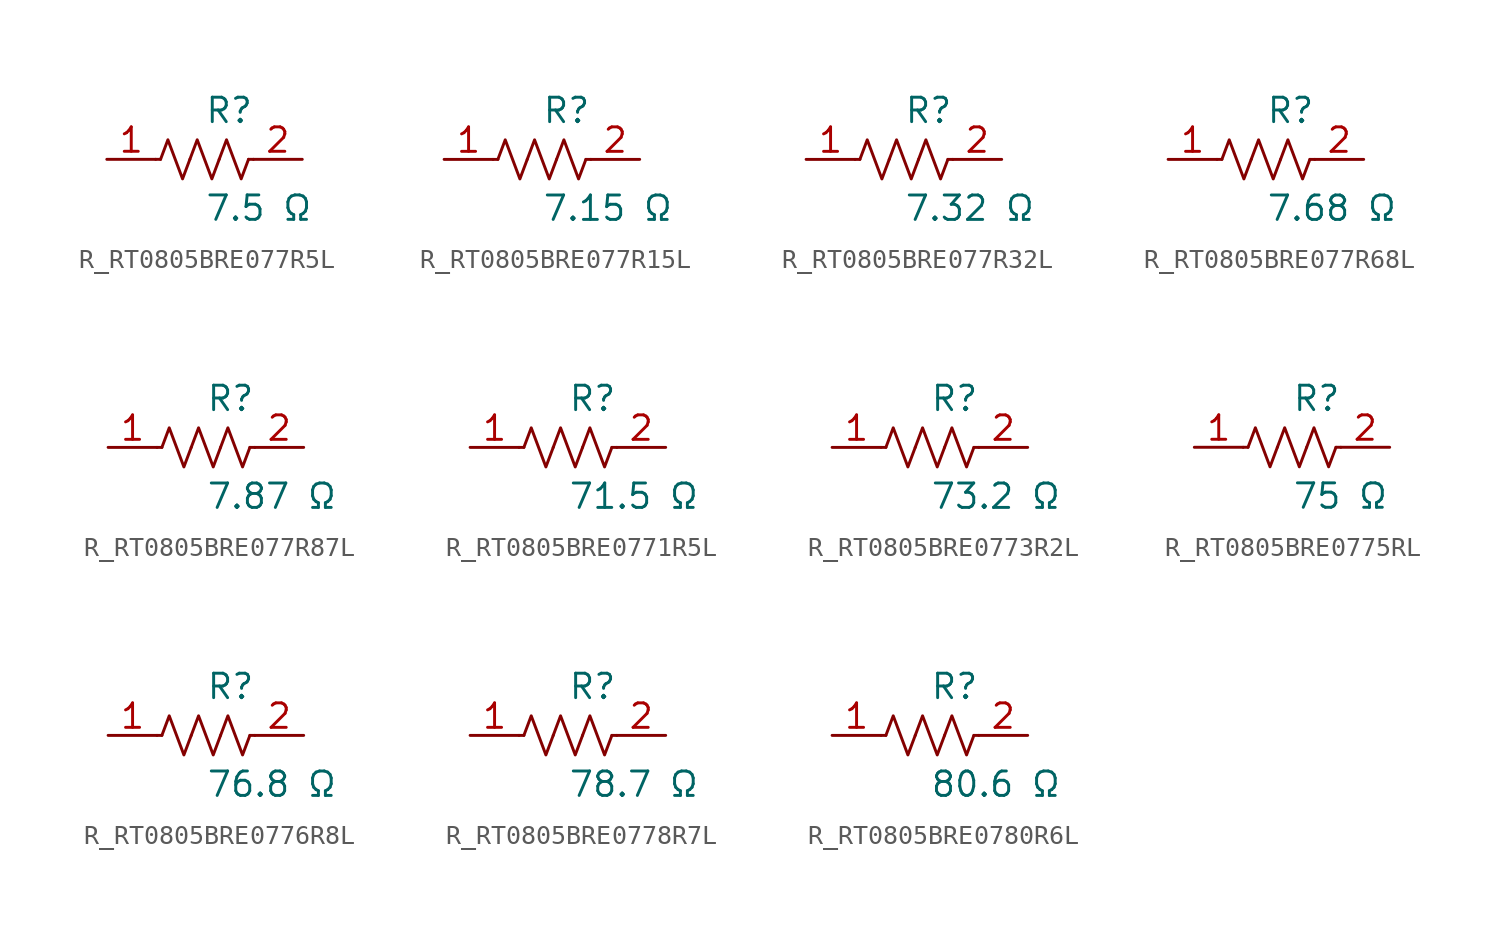
<source format=kicad_sym>
(kicad_symbol_lib
  (version 20231120)
  (generator kicad_symbol_editor)
  (generator_version 8.0)
  (symbol "R_RT0805BRE077R5L"
    (pin_names
      (offset 0.254))
    (property "Reference" "R"
      (at 0.0 2.54 0)
      (effects (font (size 1.27 1.27)) (justify left)))
    (property "Value" "7.5 Ω"
      (at 0.0 -2.54 0)
      (effects (font (size 1.27 1.27)) (justify left)))
    (symbol "R_RT0805BRE077R5L_0_1"
      (polyline (pts (xy 2.286 0) (xy 2.54 0)) (stroke (width 0) (type default)) (fill (type none)))
      (polyline (pts (xy -2.286 0) (xy -2.54 0)) (stroke (width 0) (type default)) (fill (type none)))
      (polyline (pts (xy 0.762 0) (xy 1.143 1.016) (xy 1.524 0) (xy 1.905 -1.016) (xy 2.286 0)) (stroke (width 0) (type default)) (fill (type none)))
      (polyline (pts (xy -0.762 0) (xy -0.381 1.016) (xy 0 0) (xy 0.381 -1.016) (xy 0.762 0)) (stroke (width 0) (type default)) (fill (type none)))
      (polyline (pts (xy -2.286 0) (xy -1.905 1.016) (xy -1.524 0) (xy -1.143 -1.016) (xy -0.762 0)) (stroke (width 0) (type default)) (fill (type none))))
    (pin unspecified line
      (at -5.08 0 0)
      (length 2.54)
      (name "" (effects (font (size 1.27 1.27))))
      (number "1" (effects (font (size 1.27 1.27)))))
    (pin unspecified line
      (at 5.08 0 180)
      (length 2.54)
      (name "" (effects (font (size 1.27 1.27))))
      (number "2" (effects (font (size 1.27 1.27))))))
  (symbol "R_RT0805BRE077R15L"
    (pin_names
      (offset 0.254))
    (property "Reference" "R"
      (at 0.0 2.54 0)
      (effects (font (size 1.27 1.27)) (justify left)))
    (property "Value" "7.15 Ω"
      (at 0.0 -2.54 0)
      (effects (font (size 1.27 1.27)) (justify left)))
    (symbol "R_RT0805BRE077R15L_0_1"
      (polyline (pts (xy 2.286 0) (xy 2.54 0)) (stroke (width 0) (type default)) (fill (type none)))
      (polyline (pts (xy -2.286 0) (xy -2.54 0)) (stroke (width 0) (type default)) (fill (type none)))
      (polyline (pts (xy 0.762 0) (xy 1.143 1.016) (xy 1.524 0) (xy 1.905 -1.016) (xy 2.286 0)) (stroke (width 0) (type default)) (fill (type none)))
      (polyline (pts (xy -0.762 0) (xy -0.381 1.016) (xy 0 0) (xy 0.381 -1.016) (xy 0.762 0)) (stroke (width 0) (type default)) (fill (type none)))
      (polyline (pts (xy -2.286 0) (xy -1.905 1.016) (xy -1.524 0) (xy -1.143 -1.016) (xy -0.762 0)) (stroke (width 0) (type default)) (fill (type none))))
    (pin unspecified line
      (at -5.08 0 0)
      (length 2.54)
      (name "" (effects (font (size 1.27 1.27))))
      (number "1" (effects (font (size 1.27 1.27)))))
    (pin unspecified line
      (at 5.08 0 180)
      (length 2.54)
      (name "" (effects (font (size 1.27 1.27))))
      (number "2" (effects (font (size 1.27 1.27))))))
  (symbol "R_RT0805BRE077R32L"
    (pin_names
      (offset 0.254))
    (property "Reference" "R"
      (at 0.0 2.54 0)
      (effects (font (size 1.27 1.27)) (justify left)))
    (property "Value" "7.32 Ω"
      (at 0.0 -2.54 0)
      (effects (font (size 1.27 1.27)) (justify left)))
    (symbol "R_RT0805BRE077R32L_0_1"
      (polyline (pts (xy 2.286 0) (xy 2.54 0)) (stroke (width 0) (type default)) (fill (type none)))
      (polyline (pts (xy -2.286 0) (xy -2.54 0)) (stroke (width 0) (type default)) (fill (type none)))
      (polyline (pts (xy 0.762 0) (xy 1.143 1.016) (xy 1.524 0) (xy 1.905 -1.016) (xy 2.286 0)) (stroke (width 0) (type default)) (fill (type none)))
      (polyline (pts (xy -0.762 0) (xy -0.381 1.016) (xy 0 0) (xy 0.381 -1.016) (xy 0.762 0)) (stroke (width 0) (type default)) (fill (type none)))
      (polyline (pts (xy -2.286 0) (xy -1.905 1.016) (xy -1.524 0) (xy -1.143 -1.016) (xy -0.762 0)) (stroke (width 0) (type default)) (fill (type none))))
    (pin unspecified line
      (at -5.08 0 0)
      (length 2.54)
      (name "" (effects (font (size 1.27 1.27))))
      (number "1" (effects (font (size 1.27 1.27)))))
    (pin unspecified line
      (at 5.08 0 180)
      (length 2.54)
      (name "" (effects (font (size 1.27 1.27))))
      (number "2" (effects (font (size 1.27 1.27))))))
  (symbol "R_RT0805BRE077R68L"
    (pin_names
      (offset 0.254))
    (property "Reference" "R"
      (at 0.0 2.54 0)
      (effects (font (size 1.27 1.27)) (justify left)))
    (property "Value" "7.68 Ω"
      (at 0.0 -2.54 0)
      (effects (font (size 1.27 1.27)) (justify left)))
    (symbol "R_RT0805BRE077R68L_0_1"
      (polyline (pts (xy 2.286 0) (xy 2.54 0)) (stroke (width 0) (type default)) (fill (type none)))
      (polyline (pts (xy -2.286 0) (xy -2.54 0)) (stroke (width 0) (type default)) (fill (type none)))
      (polyline (pts (xy 0.762 0) (xy 1.143 1.016) (xy 1.524 0) (xy 1.905 -1.016) (xy 2.286 0)) (stroke (width 0) (type default)) (fill (type none)))
      (polyline (pts (xy -0.762 0) (xy -0.381 1.016) (xy 0 0) (xy 0.381 -1.016) (xy 0.762 0)) (stroke (width 0) (type default)) (fill (type none)))
      (polyline (pts (xy -2.286 0) (xy -1.905 1.016) (xy -1.524 0) (xy -1.143 -1.016) (xy -0.762 0)) (stroke (width 0) (type default)) (fill (type none))))
    (pin unspecified line
      (at -5.08 0 0)
      (length 2.54)
      (name "" (effects (font (size 1.27 1.27))))
      (number "1" (effects (font (size 1.27 1.27)))))
    (pin unspecified line
      (at 5.08 0 180)
      (length 2.54)
      (name "" (effects (font (size 1.27 1.27))))
      (number "2" (effects (font (size 1.27 1.27))))))
  (symbol "R_RT0805BRE077R87L"
    (pin_names
      (offset 0.254))
    (property "Reference" "R"
      (at 0.0 2.54 0)
      (effects (font (size 1.27 1.27)) (justify left)))
    (property "Value" "7.87 Ω"
      (at 0.0 -2.54 0)
      (effects (font (size 1.27 1.27)) (justify left)))
    (symbol "R_RT0805BRE077R87L_0_1"
      (polyline (pts (xy 2.286 0) (xy 2.54 0)) (stroke (width 0) (type default)) (fill (type none)))
      (polyline (pts (xy -2.286 0) (xy -2.54 0)) (stroke (width 0) (type default)) (fill (type none)))
      (polyline (pts (xy 0.762 0) (xy 1.143 1.016) (xy 1.524 0) (xy 1.905 -1.016) (xy 2.286 0)) (stroke (width 0) (type default)) (fill (type none)))
      (polyline (pts (xy -0.762 0) (xy -0.381 1.016) (xy 0 0) (xy 0.381 -1.016) (xy 0.762 0)) (stroke (width 0) (type default)) (fill (type none)))
      (polyline (pts (xy -2.286 0) (xy -1.905 1.016) (xy -1.524 0) (xy -1.143 -1.016) (xy -0.762 0)) (stroke (width 0) (type default)) (fill (type none))))
    (pin unspecified line
      (at -5.08 0 0)
      (length 2.54)
      (name "" (effects (font (size 1.27 1.27))))
      (number "1" (effects (font (size 1.27 1.27)))))
    (pin unspecified line
      (at 5.08 0 180)
      (length 2.54)
      (name "" (effects (font (size 1.27 1.27))))
      (number "2" (effects (font (size 1.27 1.27))))))
  (symbol "R_RT0805BRE0771R5L"
    (pin_names
      (offset 0.254))
    (property "Reference" "R"
      (at 0.0 2.54 0)
      (effects (font (size 1.27 1.27)) (justify left)))
    (property "Value" "71.5 Ω"
      (at 0.0 -2.54 0)
      (effects (font (size 1.27 1.27)) (justify left)))
    (symbol "R_RT0805BRE0771R5L_0_1"
      (polyline (pts (xy 2.286 0) (xy 2.54 0)) (stroke (width 0) (type default)) (fill (type none)))
      (polyline (pts (xy -2.286 0) (xy -2.54 0)) (stroke (width 0) (type default)) (fill (type none)))
      (polyline (pts (xy 0.762 0) (xy 1.143 1.016) (xy 1.524 0) (xy 1.905 -1.016) (xy 2.286 0)) (stroke (width 0) (type default)) (fill (type none)))
      (polyline (pts (xy -0.762 0) (xy -0.381 1.016) (xy 0 0) (xy 0.381 -1.016) (xy 0.762 0)) (stroke (width 0) (type default)) (fill (type none)))
      (polyline (pts (xy -2.286 0) (xy -1.905 1.016) (xy -1.524 0) (xy -1.143 -1.016) (xy -0.762 0)) (stroke (width 0) (type default)) (fill (type none))))
    (pin unspecified line
      (at -5.08 0 0)
      (length 2.54)
      (name "" (effects (font (size 1.27 1.27))))
      (number "1" (effects (font (size 1.27 1.27)))))
    (pin unspecified line
      (at 5.08 0 180)
      (length 2.54)
      (name "" (effects (font (size 1.27 1.27))))
      (number "2" (effects (font (size 1.27 1.27))))))
  (symbol "R_RT0805BRE0773R2L"
    (pin_names
      (offset 0.254))
    (property "Reference" "R"
      (at 0.0 2.54 0)
      (effects (font (size 1.27 1.27)) (justify left)))
    (property "Value" "73.2 Ω"
      (at 0.0 -2.54 0)
      (effects (font (size 1.27 1.27)) (justify left)))
    (symbol "R_RT0805BRE0773R2L_0_1"
      (polyline (pts (xy 2.286 0) (xy 2.54 0)) (stroke (width 0) (type default)) (fill (type none)))
      (polyline (pts (xy -2.286 0) (xy -2.54 0)) (stroke (width 0) (type default)) (fill (type none)))
      (polyline (pts (xy 0.762 0) (xy 1.143 1.016) (xy 1.524 0) (xy 1.905 -1.016) (xy 2.286 0)) (stroke (width 0) (type default)) (fill (type none)))
      (polyline (pts (xy -0.762 0) (xy -0.381 1.016) (xy 0 0) (xy 0.381 -1.016) (xy 0.762 0)) (stroke (width 0) (type default)) (fill (type none)))
      (polyline (pts (xy -2.286 0) (xy -1.905 1.016) (xy -1.524 0) (xy -1.143 -1.016) (xy -0.762 0)) (stroke (width 0) (type default)) (fill (type none))))
    (pin unspecified line
      (at -5.08 0 0)
      (length 2.54)
      (name "" (effects (font (size 1.27 1.27))))
      (number "1" (effects (font (size 1.27 1.27)))))
    (pin unspecified line
      (at 5.08 0 180)
      (length 2.54)
      (name "" (effects (font (size 1.27 1.27))))
      (number "2" (effects (font (size 1.27 1.27))))))
  (symbol "R_RT0805BRE0775RL"
    (pin_names
      (offset 0.254))
    (property "Reference" "R"
      (at 0.0 2.54 0)
      (effects (font (size 1.27 1.27)) (justify left)))
    (property "Value" "75 Ω"
      (at 0.0 -2.54 0)
      (effects (font (size 1.27 1.27)) (justify left)))
    (symbol "R_RT0805BRE0775RL_0_1"
      (polyline (pts (xy 2.286 0) (xy 2.54 0)) (stroke (width 0) (type default)) (fill (type none)))
      (polyline (pts (xy -2.286 0) (xy -2.54 0)) (stroke (width 0) (type default)) (fill (type none)))
      (polyline (pts (xy 0.762 0) (xy 1.143 1.016) (xy 1.524 0) (xy 1.905 -1.016) (xy 2.286 0)) (stroke (width 0) (type default)) (fill (type none)))
      (polyline (pts (xy -0.762 0) (xy -0.381 1.016) (xy 0 0) (xy 0.381 -1.016) (xy 0.762 0)) (stroke (width 0) (type default)) (fill (type none)))
      (polyline (pts (xy -2.286 0) (xy -1.905 1.016) (xy -1.524 0) (xy -1.143 -1.016) (xy -0.762 0)) (stroke (width 0) (type default)) (fill (type none))))
    (pin unspecified line
      (at -5.08 0 0)
      (length 2.54)
      (name "" (effects (font (size 1.27 1.27))))
      (number "1" (effects (font (size 1.27 1.27)))))
    (pin unspecified line
      (at 5.08 0 180)
      (length 2.54)
      (name "" (effects (font (size 1.27 1.27))))
      (number "2" (effects (font (size 1.27 1.27))))))
  (symbol "R_RT0805BRE0776R8L"
    (pin_names
      (offset 0.254))
    (property "Reference" "R"
      (at 0.0 2.54 0)
      (effects (font (size 1.27 1.27)) (justify left)))
    (property "Value" "76.8 Ω"
      (at 0.0 -2.54 0)
      (effects (font (size 1.27 1.27)) (justify left)))
    (symbol "R_RT0805BRE0776R8L_0_1"
      (polyline (pts (xy 2.286 0) (xy 2.54 0)) (stroke (width 0) (type default)) (fill (type none)))
      (polyline (pts (xy -2.286 0) (xy -2.54 0)) (stroke (width 0) (type default)) (fill (type none)))
      (polyline (pts (xy 0.762 0) (xy 1.143 1.016) (xy 1.524 0) (xy 1.905 -1.016) (xy 2.286 0)) (stroke (width 0) (type default)) (fill (type none)))
      (polyline (pts (xy -0.762 0) (xy -0.381 1.016) (xy 0 0) (xy 0.381 -1.016) (xy 0.762 0)) (stroke (width 0) (type default)) (fill (type none)))
      (polyline (pts (xy -2.286 0) (xy -1.905 1.016) (xy -1.524 0) (xy -1.143 -1.016) (xy -0.762 0)) (stroke (width 0) (type default)) (fill (type none))))
    (pin unspecified line
      (at -5.08 0 0)
      (length 2.54)
      (name "" (effects (font (size 1.27 1.27))))
      (number "1" (effects (font (size 1.27 1.27)))))
    (pin unspecified line
      (at 5.08 0 180)
      (length 2.54)
      (name "" (effects (font (size 1.27 1.27))))
      (number "2" (effects (font (size 1.27 1.27))))))
  (symbol "R_RT0805BRE0778R7L"
    (pin_names
      (offset 0.254))
    (property "Reference" "R"
      (at 0.0 2.54 0)
      (effects (font (size 1.27 1.27)) (justify left)))
    (property "Value" "78.7 Ω"
      (at 0.0 -2.54 0)
      (effects (font (size 1.27 1.27)) (justify left)))
    (symbol "R_RT0805BRE0778R7L_0_1"
      (polyline (pts (xy 2.286 0) (xy 2.54 0)) (stroke (width 0) (type default)) (fill (type none)))
      (polyline (pts (xy -2.286 0) (xy -2.54 0)) (stroke (width 0) (type default)) (fill (type none)))
      (polyline (pts (xy 0.762 0) (xy 1.143 1.016) (xy 1.524 0) (xy 1.905 -1.016) (xy 2.286 0)) (stroke (width 0) (type default)) (fill (type none)))
      (polyline (pts (xy -0.762 0) (xy -0.381 1.016) (xy 0 0) (xy 0.381 -1.016) (xy 0.762 0)) (stroke (width 0) (type default)) (fill (type none)))
      (polyline (pts (xy -2.286 0) (xy -1.905 1.016) (xy -1.524 0) (xy -1.143 -1.016) (xy -0.762 0)) (stroke (width 0) (type default)) (fill (type none))))
    (pin unspecified line
      (at -5.08 0 0)
      (length 2.54)
      (name "" (effects (font (size 1.27 1.27))))
      (number "1" (effects (font (size 1.27 1.27)))))
    (pin unspecified line
      (at 5.08 0 180)
      (length 2.54)
      (name "" (effects (font (size 1.27 1.27))))
      (number "2" (effects (font (size 1.27 1.27))))))
  (symbol "R_RT0805BRE0780R6L"
    (pin_names
      (offset 0.254))
    (property "Reference" "R"
      (at 0.0 2.54 0)
      (effects (font (size 1.27 1.27)) (justify left)))
    (property "Value" "80.6 Ω"
      (at 0.0 -2.54 0)
      (effects (font (size 1.27 1.27)) (justify left)))
    (symbol "R_RT0805BRE0780R6L_0_1"
      (polyline (pts (xy 2.286 0) (xy 2.54 0)) (stroke (width 0) (type default)) (fill (type none)))
      (polyline (pts (xy -2.286 0) (xy -2.54 0)) (stroke (width 0) (type default)) (fill (type none)))
      (polyline (pts (xy 0.762 0) (xy 1.143 1.016) (xy 1.524 0) (xy 1.905 -1.016) (xy 2.286 0)) (stroke (width 0) (type default)) (fill (type none)))
      (polyline (pts (xy -0.762 0) (xy -0.381 1.016) (xy 0 0) (xy 0.381 -1.016) (xy 0.762 0)) (stroke (width 0) (type default)) (fill (type none)))
      (polyline (pts (xy -2.286 0) (xy -1.905 1.016) (xy -1.524 0) (xy -1.143 -1.016) (xy -0.762 0)) (stroke (width 0) (type default)) (fill (type none))))
    (pin unspecified line
      (at -5.08 0 0)
      (length 2.54)
      (name "" (effects (font (size 1.27 1.27))))
      (number "1" (effects (font (size 1.27 1.27)))))
    (pin unspecified line
      (at 5.08 0 180)
      (length 2.54)
      (name "" (effects (font (size 1.27 1.27))))
      (number "2" (effects (font (size 1.27 1.27)))))))
</source>
